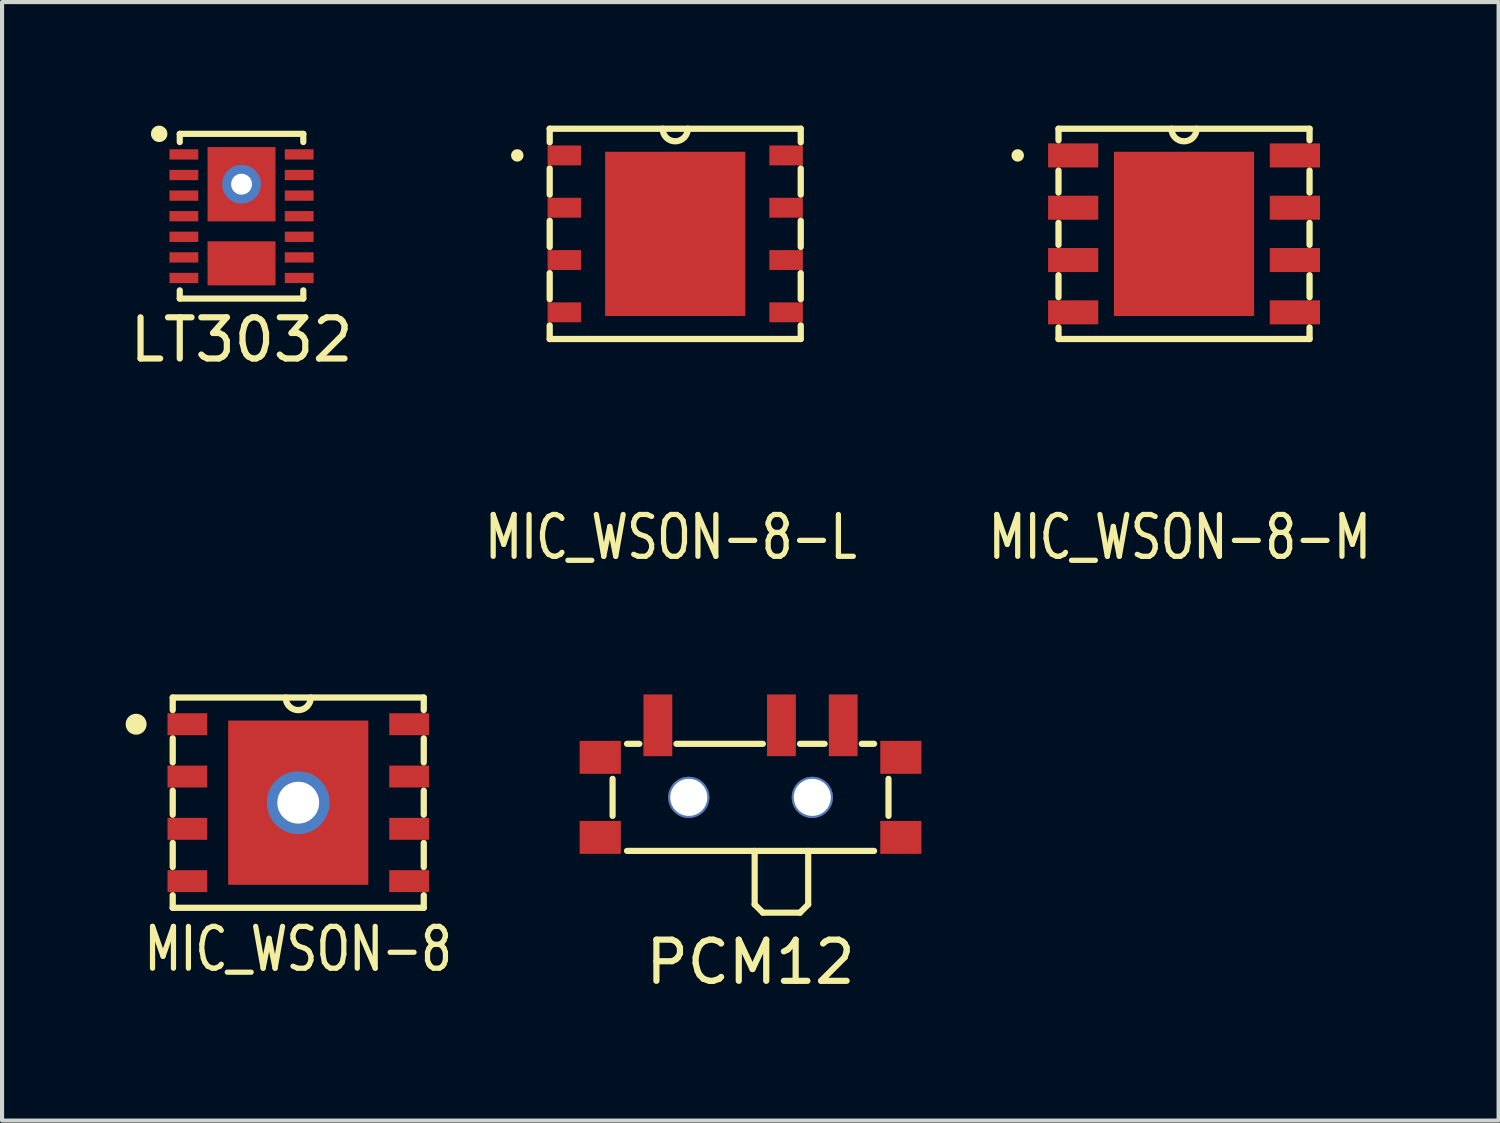
<source format=kicad_pcb>
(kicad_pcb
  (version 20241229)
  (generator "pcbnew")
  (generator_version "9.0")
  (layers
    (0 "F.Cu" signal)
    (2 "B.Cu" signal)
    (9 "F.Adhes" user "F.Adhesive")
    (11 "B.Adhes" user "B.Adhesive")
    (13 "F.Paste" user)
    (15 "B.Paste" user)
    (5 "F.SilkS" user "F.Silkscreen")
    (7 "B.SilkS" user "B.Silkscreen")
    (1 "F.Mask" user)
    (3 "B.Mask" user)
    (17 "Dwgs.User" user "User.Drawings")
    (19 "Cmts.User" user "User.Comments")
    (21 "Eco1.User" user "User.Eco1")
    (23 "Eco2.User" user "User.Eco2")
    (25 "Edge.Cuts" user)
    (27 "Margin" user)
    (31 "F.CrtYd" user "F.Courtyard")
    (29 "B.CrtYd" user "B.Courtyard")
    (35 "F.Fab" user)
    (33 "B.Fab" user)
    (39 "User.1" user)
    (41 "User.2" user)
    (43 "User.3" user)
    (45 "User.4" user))
  (footprint "MIC_WSON-8"
    (layer "F.Cu")
    (at 4.192 16.441)
    (property "Reference" "MIC_WSON-8" (at 0 3.556 0) (layer "F.SilkS") (effects (font (size 1.016 0.762) (thickness 0.127))))
    (attr through_hole)
    (fp_line (start -3.048 -2.553) (end -3.048 -2.248) (stroke (width 0.152) (type solid)) (layer "F.SilkS"))
    (fp_line (start -3.048 -1.562) (end -3.048 -0.978) (stroke (width 0.152) (type solid)) (layer "F.SilkS"))
    (fp_line (start -3.048 -0.292) (end -3.048 0.292) (stroke (width 0.152) (type solid)) (layer "F.SilkS"))
    (fp_line (start -3.048 0.978) (end -3.048 1.562) (stroke (width 0.152) (type solid)) (layer "F.SilkS"))
    (fp_line (start -3.048 2.248) (end -3.048 2.553) (stroke (width 0.152) (type solid)) (layer "F.SilkS"))
    (fp_line (start -3.048 2.553) (end 3.048 2.553) (stroke (width 0.152) (type solid)) (layer "F.SilkS"))
    (fp_line (start 3.048 -2.553) (end -3.048 -2.553) (stroke (width 0.152) (type solid)) (layer "F.SilkS"))
    (fp_line (start 3.048 -2.248) (end 3.048 -2.553) (stroke (width 0.152) (type solid)) (layer "F.SilkS"))
    (fp_line (start 3.048 -0.978) (end 3.048 -1.562) (stroke (width 0.152) (type solid)) (layer "F.SilkS"))
    (fp_line (start 3.048 0.292) (end 3.048 -0.292) (stroke (width 0.152) (type solid)) (layer "F.SilkS"))
    (fp_line (start 3.048 1.562) (end 3.048 0.978) (stroke (width 0.152) (type solid)) (layer "F.SilkS"))
    (fp_line (start 3.048 2.553) (end 3.048 2.248) (stroke (width 0.152) (type solid)) (layer "F.SilkS"))
    (fp_arc (start -3.9878 -1.905) (mid -3.8354 -1.905) (end -3.9878 -1.905) (stroke (width 0.1524) (type solid)) (layer "F.SilkS"))
    (fp_arc (start 0.3048 -2.5527) (mid 0 -2.2479) (end -0.3048 -2.5527) (stroke (width 0.1524) (type solid)) (layer "F.SilkS"))
    (fp_circle (center -3.937 -1.905) (end -3.81 -1.778) (stroke (width 0.15) (type solid)) (fill no) (layer "F.SilkS"))
    (pad "1" smd rect (at -2.692 -1.905) (size 0.965 0.533) (layers "F.Cu" "F.Mask" "F.Paste"))
    (pad "2" smd rect (at -2.692 -0.635) (size 0.965 0.533) (layers "F.Cu" "F.Mask" "F.Paste"))
    (pad "3" smd rect (at -2.692 0.635) (size 0.965 0.533) (layers "F.Cu" "F.Mask" "F.Paste"))
    (pad "4" smd rect (at -2.692 1.905) (size 0.965 0.533) (layers "F.Cu" "F.Mask" "F.Paste"))
    (pad "5" smd rect (at 2.692 1.905) (size 0.965 0.533) (layers "F.Cu" "F.Mask" "F.Paste"))
    (pad "6" smd rect (at 2.692 0.635) (size 0.965 0.533) (layers "F.Cu" "F.Mask" "F.Paste"))
    (pad "7" smd rect (at 2.692 -0.635) (size 0.965 0.533) (layers "F.Cu" "F.Mask" "F.Paste"))
    (pad "8" smd rect (at 2.692 -1.905) (size 0.965 0.533) (layers "F.Cu" "F.Mask" "F.Paste"))
    (pad "9" thru_hole circle (at 0 0) (size 1.524 1.524) (drill 1.016) (layers "*.Cu" "*.Mask"))
    (pad "9" smd rect (at 0 0 270) (size 3.988 3.404) (layers "F.Cu" "F.Mask" "F.Paste")))
  (footprint "PCM12"
    (layer "F.Cu")
    (at 15.175 16.312)
    (property "Reference" "PCM12" (at 0 4 0) (layer "F.SilkS") (effects (font (size 1 1) (thickness 0.15))))
    (attr through_hole)
    (fp_line (start -3.35 -0.45) (end -3.35 0.45) (stroke (width 0.15) (type solid)) (layer "F.SilkS"))
    (fp_line (start -3 -1.3) (end -2.7 -1.3) (stroke (width 0.15) (type solid)) (layer "F.SilkS"))
    (fp_line (start -3 1.3) (end 3 1.3) (stroke (width 0.15) (type solid)) (layer "F.SilkS"))
    (fp_line (start -1.8 -1.3) (end 0.3 -1.3) (stroke (width 0.15) (type solid)) (layer "F.SilkS"))
    (fp_line (start 0.1 1.3) (end 0.1 2.6) (stroke (width 0.15) (type solid)) (layer "F.SilkS"))
    (fp_line (start 0.1 2.6) (end 0.3 2.8) (stroke (width 0.15) (type solid)) (layer "F.SilkS"))
    (fp_line (start 0.3 2.8) (end 1.2 2.8) (stroke (width 0.15) (type solid)) (layer "F.SilkS"))
    (fp_line (start 1.2 -1.3) (end 1.8 -1.3) (stroke (width 0.15) (type solid)) (layer "F.SilkS"))
    (fp_line (start 1.2 2.8) (end 1.4 2.6) (stroke (width 0.15) (type solid)) (layer "F.SilkS"))
    (fp_line (start 1.4 1.3) (end 1.4 2.6) (stroke (width 0.15) (type solid)) (layer "F.SilkS"))
    (fp_line (start 3 -1.3) (end 2.7 -1.3) (stroke (width 0.15) (type solid)) (layer "F.SilkS"))
    (fp_line (start 3.35 -0.45) (end 3.35 0.45) (stroke (width 0.15) (type solid)) (layer "F.SilkS"))
    (pad "" np_thru_hole circle (at -1.5 0) (size 1 1) (drill 0.9) (layers "*.Cu" "*.Mask"))
    (pad "" np_thru_hole circle (at 1.5 0) (size 1 1) (drill 0.9) (layers "*.Cu" "*.Mask"))
    (pad "1" smd rect (at -2.25 -1.75) (size 0.7 1.5) (layers "F.Cu" "F.Mask" "F.Paste"))
    (pad "2" smd rect (at 0.75 -1.75) (size 0.7 1.5) (layers "F.Cu" "F.Mask" "F.Paste"))
    (pad "3" smd rect (at 2.25 -1.75) (size 0.7 1.5) (layers "F.Cu" "F.Mask" "F.Paste"))
    (pad "4" smd rect (at 3.65 -0.972) (size 1 0.8) (layers "F.Cu" "F.Mask" "F.Paste"))
    (pad "5" smd rect (at 3.65 0.972) (size 1 0.8) (layers "F.Cu" "F.Mask" "F.Paste"))
    (pad "6" smd rect (at -3.65 0.972) (size 1 0.8) (layers "F.Cu" "F.Mask" "F.Paste"))
    (pad "7" smd rect (at -3.65 -0.972) (size 1 0.8) (layers "F.Cu" "F.Mask" "F.Paste")))
  (footprint "MIC_WSON-8-L"
    (layer "F.Cu")
    (at 13.346 2.629)
    (property "Reference" "MIC_WSON-8-L" (at -0.102 7.366 0) (layer "F.SilkS") (effects (font (size 1.016 0.762) (thickness 0.127))))
    (attr through_hole)
    (fp_line (start -3.048 -2.553) (end -3.048 -2.223) (stroke (width 0.152) (type solid)) (layer "F.SilkS"))
    (fp_line (start -3.048 -1.587) (end -3.048 -0.953) (stroke (width 0.152) (type solid)) (layer "F.SilkS"))
    (fp_line (start -3.048 -0.318) (end -3.048 0.318) (stroke (width 0.152) (type solid)) (layer "F.SilkS"))
    (fp_line (start -3.048 0.953) (end -3.048 1.587) (stroke (width 0.152) (type solid)) (layer "F.SilkS"))
    (fp_line (start -3.048 2.223) (end -3.048 2.553) (stroke (width 0.152) (type solid)) (layer "F.SilkS"))
    (fp_line (start -3.048 2.553) (end 3.048 2.553) (stroke (width 0.152) (type solid)) (layer "F.SilkS"))
    (fp_line (start 3.048 -2.553) (end -3.048 -2.553) (stroke (width 0.152) (type solid)) (layer "F.SilkS"))
    (fp_line (start 3.048 -2.223) (end 3.048 -2.553) (stroke (width 0.152) (type solid)) (layer "F.SilkS"))
    (fp_line (start 3.048 -0.953) (end 3.048 -1.587) (stroke (width 0.152) (type solid)) (layer "F.SilkS"))
    (fp_line (start 3.048 0.318) (end 3.048 -0.318) (stroke (width 0.152) (type solid)) (layer "F.SilkS"))
    (fp_line (start 3.048 1.587) (end 3.048 0.953) (stroke (width 0.152) (type solid)) (layer "F.SilkS"))
    (fp_line (start 3.048 2.553) (end 3.048 2.223) (stroke (width 0.152) (type solid)) (layer "F.SilkS"))
    (fp_arc (start -3.9116 -1.905) (mid -3.7592 -1.905) (end -3.9116 -1.905) (stroke (width 0.1524) (type solid)) (layer "F.SilkS"))
    (fp_arc (start 0.3048 -2.5527) (mid 0 -2.2479) (end -0.3048 -2.5527) (stroke (width 0.1524) (type solid)) (layer "F.SilkS"))
    (pad "1" smd rect (at -2.692 -1.905) (size 0.813 0.483) (layers "F.Cu" "F.Mask" "F.Paste"))
    (pad "2" smd rect (at -2.692 -0.635) (size 0.813 0.483) (layers "F.Cu" "F.Mask" "F.Paste"))
    (pad "3" smd rect (at -2.692 0.635) (size 0.813 0.483) (layers "F.Cu" "F.Mask" "F.Paste"))
    (pad "4" smd rect (at -2.692 1.905) (size 0.813 0.483) (layers "F.Cu" "F.Mask" "F.Paste"))
    (pad "5" smd rect (at 2.692 1.905) (size 0.813 0.483) (layers "F.Cu" "F.Mask" "F.Paste"))
    (pad "6" smd rect (at 2.692 0.635) (size 0.813 0.483) (layers "F.Cu" "F.Mask" "F.Paste"))
    (pad "7" smd rect (at 2.692 -0.635) (size 0.813 0.483) (layers "F.Cu" "F.Mask" "F.Paste"))
    (pad "8" smd rect (at 2.692 -1.905) (size 0.813 0.483) (layers "F.Cu" "F.Mask" "F.Paste"))
    (pad "9" smd rect (at 0 0 270) (size 3.988 3.404) (layers "F.Cu" "F.Mask" "F.Paste")))
  (footprint "MIC_WSON-8-M"
    (layer "F.Cu")
    (at 25.701 2.629)
    (property "Reference" "MIC_WSON-8-M" (at -0.102 7.366 0) (layer "F.SilkS") (effects (font (size 1.016 0.762) (thickness 0.127))))
    (attr through_hole)
    (fp_line (start -3.048 -2.553) (end -3.048 -2.273) (stroke (width 0.152) (type solid)) (layer "F.SilkS"))
    (fp_line (start -3.048 -1.537) (end -3.048 -1.003) (stroke (width 0.152) (type solid)) (layer "F.SilkS"))
    (fp_line (start -3.048 -0.267) (end -3.048 0.267) (stroke (width 0.152) (type solid)) (layer "F.SilkS"))
    (fp_line (start -3.048 1.003) (end -3.048 1.537) (stroke (width 0.152) (type solid)) (layer "F.SilkS"))
    (fp_line (start -3.048 2.273) (end -3.048 2.553) (stroke (width 0.152) (type solid)) (layer "F.SilkS"))
    (fp_line (start -3.048 2.553) (end 3.048 2.553) (stroke (width 0.152) (type solid)) (layer "F.SilkS"))
    (fp_line (start 3.048 -2.553) (end -3.048 -2.553) (stroke (width 0.152) (type solid)) (layer "F.SilkS"))
    (fp_line (start 3.048 -2.273) (end 3.048 -2.553) (stroke (width 0.152) (type solid)) (layer "F.SilkS"))
    (fp_line (start 3.048 -1.003) (end 3.048 -1.537) (stroke (width 0.152) (type solid)) (layer "F.SilkS"))
    (fp_line (start 3.048 0.267) (end 3.048 -0.267) (stroke (width 0.152) (type solid)) (layer "F.SilkS"))
    (fp_line (start 3.048 1.537) (end 3.048 1.003) (stroke (width 0.152) (type solid)) (layer "F.SilkS"))
    (fp_line (start 3.048 2.553) (end 3.048 2.273) (stroke (width 0.152) (type solid)) (layer "F.SilkS"))
    (fp_arc (start -4.1148 -1.905) (mid -3.9624 -1.905) (end -4.1148 -1.905) (stroke (width 0.1524) (type solid)) (layer "F.SilkS"))
    (fp_arc (start 0.3048 -2.5527) (mid 0 -2.2479) (end -0.3048 -2.5527) (stroke (width 0.1524) (type solid)) (layer "F.SilkS"))
    (pad "1" smd rect (at -2.692 -1.905) (size 1.219 0.584) (layers "F.Cu" "F.Mask" "F.Paste"))
    (pad "2" smd rect (at -2.692 -0.635) (size 1.219 0.584) (layers "F.Cu" "F.Mask" "F.Paste"))
    (pad "3" smd rect (at -2.692 0.635) (size 1.219 0.584) (layers "F.Cu" "F.Mask" "F.Paste"))
    (pad "4" smd rect (at -2.692 1.905) (size 1.219 0.584) (layers "F.Cu" "F.Mask" "F.Paste"))
    (pad "5" smd rect (at 2.692 1.905) (size 1.219 0.584) (layers "F.Cu" "F.Mask" "F.Paste"))
    (pad "6" smd rect (at 2.692 0.635) (size 1.219 0.584) (layers "F.Cu" "F.Mask" "F.Paste"))
    (pad "7" smd rect (at 2.692 -0.635) (size 1.219 0.584) (layers "F.Cu" "F.Mask" "F.Paste"))
    (pad "8" smd rect (at 2.692 -1.905) (size 1.219 0.584) (layers "F.Cu" "F.Mask" "F.Paste"))
    (pad "9" smd rect (at 0 0 270) (size 3.988 3.404) (layers "F.Cu" "F.Mask" "F.Paste")))
  (footprint "LT3032"
    (layer "F.Cu")
    (at 2.815 2.2)
    (property "Reference" "LT3032" (at 0 3 0) (layer "F.SilkS") (effects (font (size 1 1) (thickness 0.15))))
    (attr through_hole)
    (fp_line (start -1.5 -2) (end -1.5 -1.8) (stroke (width 0.15) (type solid)) (layer "F.SilkS"))
    (fp_line (start -1.5 -2) (end 1.5 -2) (stroke (width 0.15) (type solid)) (layer "F.SilkS"))
    (fp_line (start -1.5 2) (end -1.5 1.8) (stroke (width 0.15) (type solid)) (layer "F.SilkS"))
    (fp_line (start -1.5 2) (end 1.5 2) (stroke (width 0.15) (type solid)) (layer "F.SilkS"))
    (fp_line (start 1.5 -2) (end 1.5 -1.8) (stroke (width 0.15) (type solid)) (layer "F.SilkS"))
    (fp_line (start 1.5 2) (end 1.5 1.8) (stroke (width 0.15) (type solid)) (layer "F.SilkS"))
    (fp_circle (center -2 -2) (end -2 -1.9) (stroke (width 0.2) (type solid)) (fill no) (layer "F.SilkS"))
    (pad "1" smd rect (at -1.4 -1.5) (size 0.7 0.25) (layers "F.Cu" "F.Mask" "F.Paste"))
    (pad "2" smd rect (at -1.4 -1) (size 0.7 0.25) (layers "F.Cu" "F.Mask" "F.Paste"))
    (pad "3" smd rect (at -1.4 -0.5) (size 0.7 0.25) (layers "F.Cu" "F.Mask" "F.Paste"))
    (pad "4" smd rect (at -1.4 0) (size 0.7 0.25) (layers "F.Cu" "F.Mask" "F.Paste"))
    (pad "5" smd rect (at -1.4 0.5) (size 0.7 0.25) (layers "F.Cu" "F.Mask" "F.Paste"))
    (pad "6" smd rect (at -1.4 1) (size 0.7 0.25) (layers "F.Cu" "F.Mask" "F.Paste"))
    (pad "7" smd rect (at -1.4 1.5) (size 0.7 0.25) (layers "F.Cu" "F.Mask" "F.Paste"))
    (pad "8" smd rect (at 1.4 1.5) (size 0.7 0.25) (layers "F.Cu" "F.Mask" "F.Paste"))
    (pad "9" smd rect (at 1.4 1) (size 0.7 0.25) (layers "F.Cu" "F.Mask" "F.Paste"))
    (pad "10" smd rect (at 1.4 0.5) (size 0.7 0.25) (layers "F.Cu" "F.Mask" "F.Paste"))
    (pad "11" smd rect (at 1.4 0) (size 0.7 0.25) (layers "F.Cu" "F.Mask" "F.Paste"))
    (pad "12" smd rect (at 1.4 -0.5) (size 0.7 0.25) (layers "F.Cu" "F.Mask" "F.Paste"))
    (pad "13" smd rect (at 1.4 -1) (size 0.7 0.25) (layers "F.Cu" "F.Mask" "F.Paste"))
    (pad "14" smd rect (at 1.4 -1.5) (size 0.7 0.25) (layers "F.Cu" "F.Mask" "F.Paste"))
    (pad "15" thru_hole circle (at 0 -0.777) (size 0.94 0.94) (drill 0.508) (layers "*.Cu" "*.Mask"))
    (pad "15" smd rect (at 0 -0.777) (size 1.65 1.805) (layers "F.Cu" "F.Mask" "F.Paste"))
    (pad "16" smd rect (at 0 1.145) (size 1.65 1.07) (layers "F.Cu" "F.Mask" "F.Paste")))
  (gr_rect
    (start -3 -3)
    (end 33.34 24.16)
    (stroke (width 0.1) (type default))
    (fill no)
    (layer "Edge.Cuts")))
</source>
